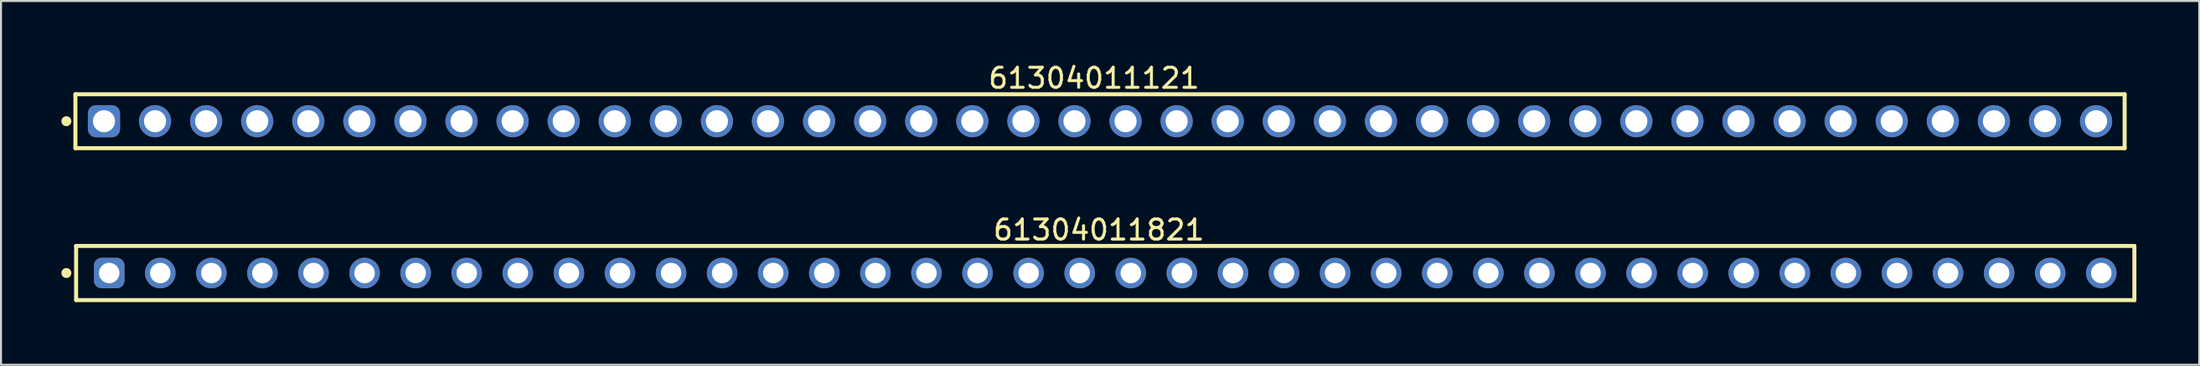
<source format=kicad_pcb>
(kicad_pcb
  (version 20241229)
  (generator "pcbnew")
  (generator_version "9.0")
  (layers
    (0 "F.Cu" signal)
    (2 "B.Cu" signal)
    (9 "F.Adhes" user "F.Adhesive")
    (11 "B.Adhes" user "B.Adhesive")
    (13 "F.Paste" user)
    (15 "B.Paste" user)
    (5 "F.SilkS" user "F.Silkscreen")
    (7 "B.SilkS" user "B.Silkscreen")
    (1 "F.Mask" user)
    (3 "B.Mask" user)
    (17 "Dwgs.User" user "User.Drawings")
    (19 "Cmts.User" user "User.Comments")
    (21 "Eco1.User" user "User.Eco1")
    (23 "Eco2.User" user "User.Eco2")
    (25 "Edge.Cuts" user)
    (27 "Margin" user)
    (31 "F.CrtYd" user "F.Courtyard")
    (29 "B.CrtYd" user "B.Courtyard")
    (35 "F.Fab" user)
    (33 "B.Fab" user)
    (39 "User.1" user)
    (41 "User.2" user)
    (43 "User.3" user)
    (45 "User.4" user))
  (footprint "61304011821"
    (layer "F.Cu")
    (at 51.91 10.562)
    (property "Reference" "61304011821" (at -0.318 -2.15 0) (layer "F.SilkS") (effects (font (size 1 1) (thickness 0.15))))
    (fp_line (start -51.175 -1.35) (end 51.175 -1.35) (stroke (width 0.2) (type solid)) (layer "F.SilkS"))
    (fp_line (start -51.175 1.35) (end -51.175 -1.35) (stroke (width 0.2) (type solid)) (layer "F.SilkS"))
    (fp_line (start -51.175 1.35) (end 51.175 1.35) (stroke (width 0.2) (type solid)) (layer "F.SilkS"))
    (fp_line (start 51.175 1.35) (end 51.175 -1.35) (stroke (width 0.2) (type solid)) (layer "F.SilkS"))
    (fp_circle (center -51.66 0) (end -51.66 -0.125) (stroke (width 0.25) (type solid)) (fill no) (layer "F.SilkS"))
    (fp_line (start -51.375 -1.55) (end 51.375 -1.55) (stroke (width 0.05) (type solid)) (layer "Eco2.User"))
    (fp_line (start -51.375 1.55) (end -51.375 -1.55) (stroke (width 0.05) (type solid)) (layer "Eco2.User"))
    (fp_line (start -51.375 1.55) (end 51.375 1.55) (stroke (width 0.05) (type solid)) (layer "Eco2.User"))
    (fp_line (start -51.05 -1.25) (end 51.05 -1.25) (stroke (width 0.1) (type solid)) (layer "Eco2.User"))
    (fp_line (start -51.05 1.25) (end -51.05 -1.25) (stroke (width 0.1) (type solid)) (layer "Eco2.User"))
    (fp_line (start -51.05 1.25) (end 51.05 1.25) (stroke (width 0.1) (type solid)) (layer "Eco2.User"))
    (fp_line (start -0.5 0) (end 0.5 0) (stroke (width 0.05) (type solid)) (layer "Eco2.User"))
    (fp_line (start 0 0.5) (end 0 -0.5) (stroke (width 0.05) (type solid)) (layer "Eco2.User"))
    (fp_line (start 51.05 1.25) (end 51.05 -1.25) (stroke (width 0.1) (type solid)) (layer "Eco2.User"))
    (fp_line (start 51.375 1.55) (end 51.375 -1.55) (stroke (width 0.05) (type solid)) (layer "Eco2.User"))
    (fp_text user "${REFERENCE}" (at 0.15 -0.197 0) (unlocked yes) (layer "User.3") (effects (font (size 1.5 1.5) (thickness 0.15))))
    (pad "1" thru_hole roundrect (at -49.53 0) (size 1.52 1.52) (drill 1.02) (layers "*.Cu" "*.Mask") (roundrect_rratio 0.25))
    (pad "2" thru_hole circle (at -46.99 0) (size 1.52 1.52) (drill 1.02) (layers "*.Cu" "*.Mask"))
    (pad "3" thru_hole circle (at -44.45 0) (size 1.52 1.52) (drill 1.02) (layers "*.Cu" "*.Mask"))
    (pad "4" thru_hole circle (at -41.91 0) (size 1.52 1.52) (drill 1.02) (layers "*.Cu" "*.Mask"))
    (pad "5" thru_hole circle (at -39.37 0) (size 1.52 1.52) (drill 1.02) (layers "*.Cu" "*.Mask"))
    (pad "6" thru_hole circle (at -36.83 0) (size 1.52 1.52) (drill 1.02) (layers "*.Cu" "*.Mask"))
    (pad "7" thru_hole circle (at -34.29 0) (size 1.52 1.52) (drill 1.02) (layers "*.Cu" "*.Mask"))
    (pad "8" thru_hole circle (at -31.75 0) (size 1.52 1.52) (drill 1.02) (layers "*.Cu" "*.Mask"))
    (pad "9" thru_hole circle (at -29.21 0) (size 1.52 1.52) (drill 1.02) (layers "*.Cu" "*.Mask"))
    (pad "10" thru_hole circle (at -26.67 0) (size 1.52 1.52) (drill 1.02) (layers "*.Cu" "*.Mask"))
    (pad "11" thru_hole circle (at -24.13 0) (size 1.52 1.52) (drill 1.02) (layers "*.Cu" "*.Mask"))
    (pad "12" thru_hole circle (at -21.59 0) (size 1.52 1.52) (drill 1.02) (layers "*.Cu" "*.Mask"))
    (pad "13" thru_hole circle (at -19.05 0) (size 1.52 1.52) (drill 1.02) (layers "*.Cu" "*.Mask"))
    (pad "14" thru_hole circle (at -16.51 0) (size 1.52 1.52) (drill 1.02) (layers "*.Cu" "*.Mask"))
    (pad "15" thru_hole circle (at -13.97 0) (size 1.52 1.52) (drill 1.02) (layers "*.Cu" "*.Mask"))
    (pad "16" thru_hole circle (at -11.43 0) (size 1.52 1.52) (drill 1.02) (layers "*.Cu" "*.Mask"))
    (pad "17" thru_hole circle (at -8.89 0) (size 1.52 1.52) (drill 1.02) (layers "*.Cu" "*.Mask"))
    (pad "18" thru_hole circle (at -6.35 0) (size 1.52 1.52) (drill 1.02) (layers "*.Cu" "*.Mask"))
    (pad "19" thru_hole circle (at -3.81 0) (size 1.52 1.52) (drill 1.02) (layers "*.Cu" "*.Mask"))
    (pad "20" thru_hole circle (at -1.27 0) (size 1.52 1.52) (drill 1.02) (layers "*.Cu" "*.Mask"))
    (pad "21" thru_hole circle (at 1.27 0) (size 1.52 1.52) (drill 1.02) (layers "*.Cu" "*.Mask"))
    (pad "22" thru_hole circle (at 3.81 0) (size 1.52 1.52) (drill 1.02) (layers "*.Cu" "*.Mask"))
    (pad "23" thru_hole circle (at 6.35 0) (size 1.52 1.52) (drill 1.02) (layers "*.Cu" "*.Mask"))
    (pad "24" thru_hole circle (at 8.89 0) (size 1.52 1.52) (drill 1.02) (layers "*.Cu" "*.Mask"))
    (pad "25" thru_hole circle (at 11.43 0) (size 1.52 1.52) (drill 1.02) (layers "*.Cu" "*.Mask"))
    (pad "26" thru_hole circle (at 13.97 0) (size 1.52 1.52) (drill 1.02) (layers "*.Cu" "*.Mask"))
    (pad "27" thru_hole circle (at 16.51 0) (size 1.52 1.52) (drill 1.02) (layers "*.Cu" "*.Mask"))
    (pad "28" thru_hole circle (at 19.05 0) (size 1.52 1.52) (drill 1.02) (layers "*.Cu" "*.Mask"))
    (pad "29" thru_hole circle (at 21.59 0) (size 1.52 1.52) (drill 1.02) (layers "*.Cu" "*.Mask"))
    (pad "30" thru_hole circle (at 24.13 0) (size 1.52 1.52) (drill 1.02) (layers "*.Cu" "*.Mask"))
    (pad "31" thru_hole circle (at 26.67 0) (size 1.52 1.52) (drill 1.02) (layers "*.Cu" "*.Mask"))
    (pad "32" thru_hole circle (at 29.21 0) (size 1.52 1.52) (drill 1.02) (layers "*.Cu" "*.Mask"))
    (pad "33" thru_hole circle (at 31.75 0) (size 1.52 1.52) (drill 1.02) (layers "*.Cu" "*.Mask"))
    (pad "34" thru_hole circle (at 34.29 0) (size 1.52 1.52) (drill 1.02) (layers "*.Cu" "*.Mask"))
    (pad "35" thru_hole circle (at 36.83 0) (size 1.52 1.52) (drill 1.02) (layers "*.Cu" "*.Mask"))
    (pad "36" thru_hole circle (at 39.37 0) (size 1.52 1.52) (drill 1.02) (layers "*.Cu" "*.Mask"))
    (pad "37" thru_hole circle (at 41.91 0) (size 1.52 1.52) (drill 1.02) (layers "*.Cu" "*.Mask"))
    (pad "38" thru_hole circle (at 44.45 0) (size 1.52 1.52) (drill 1.02) (layers "*.Cu" "*.Mask"))
    (pad "39" thru_hole circle (at 46.99 0) (size 1.52 1.52) (drill 1.02) (layers "*.Cu" "*.Mask"))
    (pad "40" thru_hole circle (at 49.53 0) (size 1.52 1.52) (drill 1.02) (layers "*.Cu" "*.Mask")))
  (footprint "61304011121"
    (layer "F.Cu")
    (at 51.65 2.993)
    (property "Reference" "61304011121" (at -0.3 -2.145 0) (layer "F.SilkS") (effects (font (size 1 1) (thickness 0.15))))
    (fp_line (start -50.95 -1.345) (end 50.95 -1.345) (stroke (width 0.2) (type solid)) (layer "F.SilkS"))
    (fp_line (start -50.95 1.345) (end -50.95 -1.345) (stroke (width 0.2) (type solid)) (layer "F.SilkS"))
    (fp_line (start -50.95 1.345) (end 50.95 1.345) (stroke (width 0.2) (type solid)) (layer "F.SilkS"))
    (fp_line (start 50.95 1.345) (end 50.95 -1.345) (stroke (width 0.2) (type solid)) (layer "F.SilkS"))
    (fp_circle (center -51.4 0) (end -51.4 -0.125) (stroke (width 0.25) (type solid)) (fill no) (layer "F.SilkS"))
    (fp_line (start -51.15 -1.545) (end 51.15 -1.545) (stroke (width 0.05) (type solid)) (layer "Eco2.User"))
    (fp_line (start -51.15 1.545) (end -51.15 -1.545) (stroke (width 0.05) (type solid)) (layer "Eco2.User"))
    (fp_line (start -51.15 1.545) (end 51.15 1.545) (stroke (width 0.05) (type solid)) (layer "Eco2.User"))
    (fp_line (start -50.8 -1.27) (end 50.8 -1.27) (stroke (width 0.1) (type solid)) (layer "Eco2.User"))
    (fp_line (start -50.8 1.27) (end -50.8 -1.27) (stroke (width 0.1) (type solid)) (layer "Eco2.User"))
    (fp_line (start -50.8 1.27) (end 50.8 1.27) (stroke (width 0.1) (type solid)) (layer "Eco2.User"))
    (fp_line (start -0.5 0) (end 0.5 0) (stroke (width 0.05) (type solid)) (layer "Eco2.User"))
    (fp_line (start 0 0.5) (end 0 -0.5) (stroke (width 0.05) (type solid)) (layer "Eco2.User"))
    (fp_line (start 50.8 1.27) (end 50.8 -1.27) (stroke (width 0.1) (type solid)) (layer "Eco2.User"))
    (fp_line (start 51.15 1.545) (end 51.15 -1.545) (stroke (width 0.05) (type solid)) (layer "Eco2.User"))
    (fp_text user "${REFERENCE}" (at 0.15 -0.197 0) (unlocked yes) (layer "User.3") (effects (font (size 1.5 1.5) (thickness 0.15))))
    (pad "1" thru_hole roundrect (at -49.53 0) (size 1.6 1.6) (drill 1.1) (layers "*.Cu" "*.Mask") (roundrect_rratio 0.25))
    (pad "2" thru_hole circle (at -46.99 0) (size 1.6 1.6) (drill 1.1) (layers "*.Cu" "*.Mask"))
    (pad "3" thru_hole circle (at -44.45 0) (size 1.6 1.6) (drill 1.1) (layers "*.Cu" "*.Mask"))
    (pad "4" thru_hole circle (at -41.91 0) (size 1.6 1.6) (drill 1.1) (layers "*.Cu" "*.Mask"))
    (pad "5" thru_hole circle (at -39.37 0) (size 1.6 1.6) (drill 1.1) (layers "*.Cu" "*.Mask"))
    (pad "6" thru_hole circle (at -36.83 0) (size 1.6 1.6) (drill 1.1) (layers "*.Cu" "*.Mask"))
    (pad "7" thru_hole circle (at -34.29 0) (size 1.6 1.6) (drill 1.1) (layers "*.Cu" "*.Mask"))
    (pad "8" thru_hole circle (at -31.75 0) (size 1.6 1.6) (drill 1.1) (layers "*.Cu" "*.Mask"))
    (pad "9" thru_hole circle (at -29.21 0) (size 1.6 1.6) (drill 1.1) (layers "*.Cu" "*.Mask"))
    (pad "10" thru_hole circle (at -26.67 0) (size 1.6 1.6) (drill 1.1) (layers "*.Cu" "*.Mask"))
    (pad "11" thru_hole circle (at -24.13 0) (size 1.6 1.6) (drill 1.1) (layers "*.Cu" "*.Mask"))
    (pad "12" thru_hole circle (at -21.59 0) (size 1.6 1.6) (drill 1.1) (layers "*.Cu" "*.Mask"))
    (pad "13" thru_hole circle (at -19.05 0) (size 1.6 1.6) (drill 1.1) (layers "*.Cu" "*.Mask"))
    (pad "14" thru_hole circle (at -16.51 0) (size 1.6 1.6) (drill 1.1) (layers "*.Cu" "*.Mask"))
    (pad "15" thru_hole circle (at -13.97 0) (size 1.6 1.6) (drill 1.1) (layers "*.Cu" "*.Mask"))
    (pad "16" thru_hole circle (at -11.43 0) (size 1.6 1.6) (drill 1.1) (layers "*.Cu" "*.Mask"))
    (pad "17" thru_hole circle (at -8.89 0) (size 1.6 1.6) (drill 1.1) (layers "*.Cu" "*.Mask"))
    (pad "18" thru_hole circle (at -6.35 0) (size 1.6 1.6) (drill 1.1) (layers "*.Cu" "*.Mask"))
    (pad "19" thru_hole circle (at -3.81 0) (size 1.6 1.6) (drill 1.1) (layers "*.Cu" "*.Mask"))
    (pad "20" thru_hole circle (at -1.27 0) (size 1.6 1.6) (drill 1.1) (layers "*.Cu" "*.Mask"))
    (pad "21" thru_hole circle (at 1.27 0) (size 1.6 1.6) (drill 1.1) (layers "*.Cu" "*.Mask"))
    (pad "22" thru_hole circle (at 3.81 0) (size 1.6 1.6) (drill 1.1) (layers "*.Cu" "*.Mask"))
    (pad "23" thru_hole circle (at 6.35 0) (size 1.6 1.6) (drill 1.1) (layers "*.Cu" "*.Mask"))
    (pad "24" thru_hole circle (at 8.89 0) (size 1.6 1.6) (drill 1.1) (layers "*.Cu" "*.Mask"))
    (pad "25" thru_hole circle (at 11.43 0) (size 1.6 1.6) (drill 1.1) (layers "*.Cu" "*.Mask"))
    (pad "26" thru_hole circle (at 13.97 0) (size 1.6 1.6) (drill 1.1) (layers "*.Cu" "*.Mask"))
    (pad "27" thru_hole circle (at 16.51 0) (size 1.6 1.6) (drill 1.1) (layers "*.Cu" "*.Mask"))
    (pad "28" thru_hole circle (at 19.05 0) (size 1.6 1.6) (drill 1.1) (layers "*.Cu" "*.Mask"))
    (pad "29" thru_hole circle (at 21.59 0) (size 1.6 1.6) (drill 1.1) (layers "*.Cu" "*.Mask"))
    (pad "30" thru_hole circle (at 24.13 0) (size 1.6 1.6) (drill 1.1) (layers "*.Cu" "*.Mask"))
    (pad "31" thru_hole circle (at 26.67 0) (size 1.6 1.6) (drill 1.1) (layers "*.Cu" "*.Mask"))
    (pad "32" thru_hole circle (at 29.21 0) (size 1.6 1.6) (drill 1.1) (layers "*.Cu" "*.Mask"))
    (pad "33" thru_hole circle (at 31.75 0) (size 1.6 1.6) (drill 1.1) (layers "*.Cu" "*.Mask"))
    (pad "34" thru_hole circle (at 34.29 0) (size 1.6 1.6) (drill 1.1) (layers "*.Cu" "*.Mask"))
    (pad "35" thru_hole circle (at 36.83 0) (size 1.6 1.6) (drill 1.1) (layers "*.Cu" "*.Mask"))
    (pad "36" thru_hole circle (at 39.37 0) (size 1.6 1.6) (drill 1.1) (layers "*.Cu" "*.Mask"))
    (pad "37" thru_hole circle (at 41.91 0) (size 1.6 1.6) (drill 1.1) (layers "*.Cu" "*.Mask"))
    (pad "38" thru_hole circle (at 44.45 0) (size 1.6 1.6) (drill 1.1) (layers "*.Cu" "*.Mask"))
    (pad "39" thru_hole circle (at 46.99 0) (size 1.6 1.6) (drill 1.1) (layers "*.Cu" "*.Mask"))
    (pad "40" thru_hole circle (at 49.53 0) (size 1.6 1.6) (drill 1.1) (layers "*.Cu" "*.Mask")))
  (gr_rect
    (start -3 -3)
    (end 106.31 15.136)
    (stroke (width 0.1) (type default))
    (fill no)
    (layer "Edge.Cuts")))
</source>
